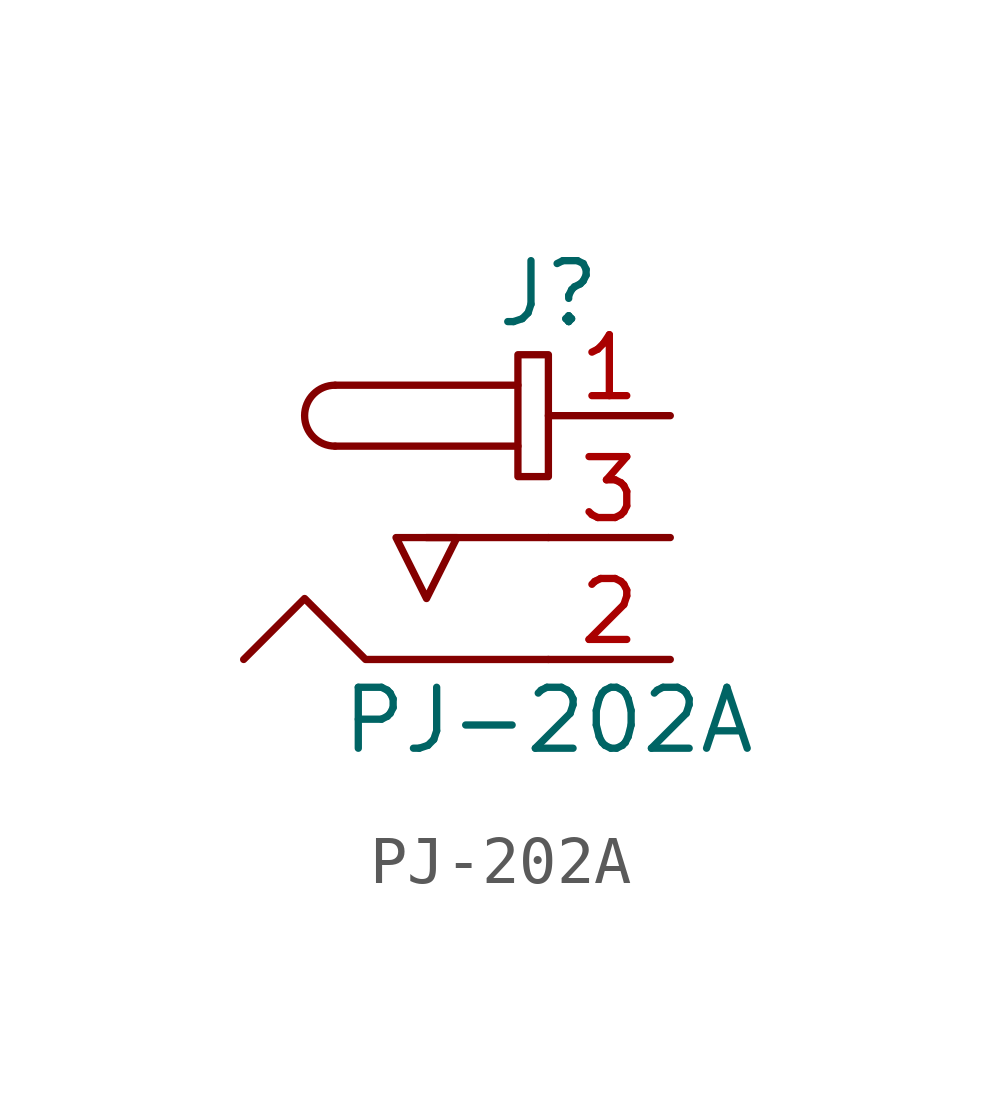
<source format=kicad_sym>
(kicad_symbol_lib
  (version 20231120)
  (generator "kicad_symbol_editor")
  (generator_version "8.0")
  (symbol "PJ-202A"
    (pin_names
      (offset 1.016))
    (property "Reference" "J"
      (at 0 2.54 0)
      (effects (font (size 1.27 1.27))))
    (property "Value" "PJ-202A"
      (at 0 -6.35 0)
      (effects (font (size 1.27 1.27))))
    (symbol "PJ-202A_1_1"
      (arc (start -4.445 0.635) (mid -5.0773 0) (end -4.445 -0.635) (stroke (width 0) (type default)) (fill (type none)))
      (rectangle (start -0.635 1.27) (end 0 -1.27) (stroke (width 0) (type default)) (fill (type none)))
      (polyline (pts (xy -0.635 -0.635) (xy -4.445 -0.635)) (stroke (width 0) (type default)) (fill (type none)))
      (polyline (pts (xy -0.635 0.635) (xy -4.445 0.635)) (stroke (width 0) (type default)) (fill (type none)))
      (polyline (pts (xy 0 -2.54) (xy -1.27 -2.54) (xy -2.54 -2.54)) (stroke (width 0) (type default)) (fill (type none)))
      (polyline (pts (xy 0 -5.08) (xy -3.81 -5.08) (xy -5.08 -3.81) (xy -6.35 -5.08)) (stroke (width 0) (type default)) (fill (type none)))
      (polyline (pts (xy -2.54 -2.54) (xy -3.175 -2.54) (xy -2.54 -3.81) (xy -1.905 -2.54) (xy -2.54 -2.54)) (stroke (width 0) (type default)) (fill (type none)))
      (pin passive line (at 2.54 0 180) (length 2.54) (name "~" (effects (font (size 1.27 1.27)))) (number "1" (effects (font (size 1.27 1.27)))))
      (pin passive line (at 2.54 -5.08 180) (length 2.54) (name "~" (effects (font (size 1.27 1.27)))) (number "2" (effects (font (size 1.27 1.27)))))
      (pin passive line (at 2.54 -2.54 180) (length 2.54) (name "~" (effects (font (size 1.27 1.27)))) (number "3" (effects (font (size 1.27 1.27))))))))
</source>
